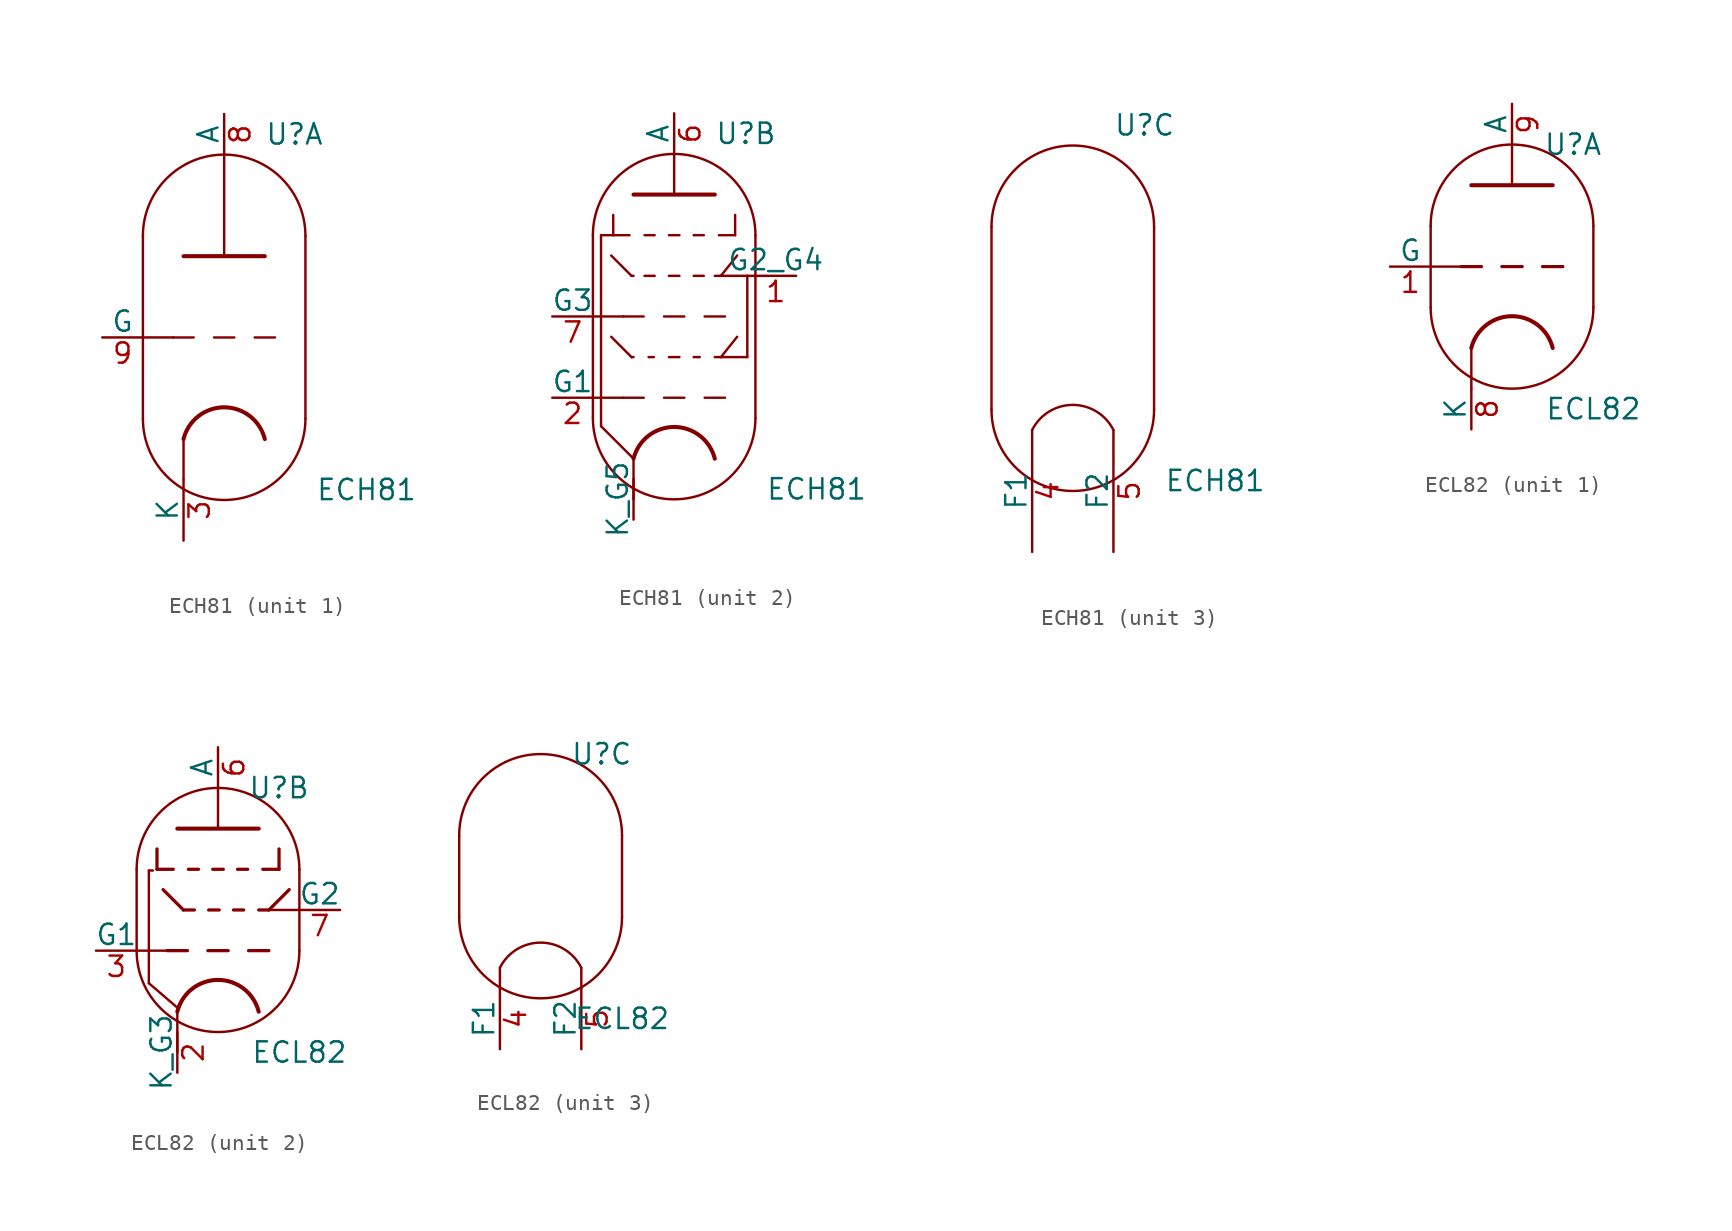
<source format=kicad_sym>
(kicad_symbol_lib
  (version 20201005)
  (generator kicad_symbol_editor)
  (symbol "Valve:ECH81"
    (pin_names
      (offset 0))
    (property "Reference" "U"
      (at 2.54 12.7 0)
      (effects (font (size 1.27 1.27)) (justify left)))
    (property "Value" "ECH81"
      (at 5.715 -9.525 0)
      (effects (font (size 1.27 1.27)) (justify left)))
    (property "ki_locked" ""
      (at 0 0 0)
      (effects (font (size 1.27 1.27))))
    (symbol "ECH81_0_1"
      (arc (start -5.08 -5.08) (end 5.08 -5.08) (radius (at 0 -5.08) (length 5.08) (angles -179.9 -0.1)) (stroke (width 0)) (fill (type none)))
      (arc (start 5.08 6.35) (end -5.08 6.35) (radius (at 0 6.35) (length 5.08) (angles 0.1 179.9)) (stroke (width 0)) (fill (type none)))
      (polyline (pts (xy -5.08 6.35) (xy -5.08 -5.08) (xy -5.08 -5.08)) (stroke (width 0)) (fill (type none)))
      (polyline (pts (xy 5.08 6.35) (xy 5.08 -5.08) (xy 5.08 -5.08)) (stroke (width 0)) (fill (type none))))
    (symbol "ECH81_1_0"
      (polyline (pts (xy -2.54 -6.35) (xy -2.54 -8.89)) (stroke (width 0)) (fill (type none))))
    (symbol "ECH81_1_1"
      (arc (start 2.54 -6.35) (end -2.54 -6.35) (radius (at 0 -6.985) (length 2.6162) (angles 14.2 165.9)) (stroke (width 0.254)) (fill (type none)))
      (polyline (pts (xy -5.08 0) (xy -3.175 0)) (stroke (width 0)) (fill (type none)))
      (polyline (pts (xy -1.905 0) (xy -3.175 0)) (stroke (width 0.152)) (fill (type none)))
      (polyline (pts (xy -0.635 0) (xy 0.635 0)) (stroke (width 0.152)) (fill (type none)))
      (polyline (pts (xy 1.905 0) (xy 3.175 0)) (stroke (width 0.152)) (fill (type none)))
      (polyline (pts (xy -2.54 5.08) (xy 2.54 5.08) (xy 2.54 5.08)) (stroke (width 0.254)) (fill (type none)))
      (polyline (pts (xy 0 5.08) (xy 0 11.43) (xy 0 11.43)) (stroke (width 0)) (fill (type none)))
      (pin bidirectional line (at -2.54 -12.7 90) (length 3.81) (name "K" (effects (font (size 1.27 1.27)))) (number "3" (effects (font (size 1.27 1.27)))))
      (pin output line (at 0 13.97 270) (length 2.54) (name "A" (effects (font (size 1.27 1.27)))) (number "8" (effects (font (size 1.27 1.27)))))
      (pin input line (at -7.62 0 0) (length 2.54) (name "G" (effects (font (size 1.27 1.27)))) (number "9" (effects (font (size 1.27 1.27))))))
    (symbol "ECH81_2_0"
      (polyline (pts (xy -5.08 -3.81) (xy -3.175 -3.81)) (stroke (width 0)) (fill (type none)))
      (polyline (pts (xy -5.08 1.27) (xy -3.175 1.27)) (stroke (width 0)) (fill (type none)))
      (polyline (pts (xy -2.54 -7.62) (xy -2.54 -10.16)) (stroke (width 0)) (fill (type none)))
      (polyline (pts (xy 0 8.89) (xy 0 11.43)) (stroke (width 0)) (fill (type none)))
      (polyline (pts (xy 4.572 3.81) (xy 5.08 3.81)) (stroke (width 0)) (fill (type none))))
    (symbol "ECH81_2_1"
      (arc (start 2.54 -7.62) (end -2.54 -7.62) (radius (at 0 -8.255) (length 2.6162) (angles 14.2 165.9)) (stroke (width 0.254)) (fill (type none)))
      (polyline (pts (xy -4.572 -5.588) (xy -2.54 -7.62)) (stroke (width 0.152)) (fill (type none)))
      (polyline (pts (xy -4.572 6.35) (xy -4.572 -5.588)) (stroke (width 0.152)) (fill (type none)))
      (polyline (pts (xy -3.937 0) (xy -2.667 -1.27)) (stroke (width 0.152)) (fill (type none)))
      (polyline (pts (xy -3.937 5.08) (xy -2.667 3.81)) (stroke (width 0.152)) (fill (type none)))
      (polyline (pts (xy -3.81 6.35) (xy -4.572 6.35)) (stroke (width 0.152)) (fill (type none)))
      (polyline (pts (xy -3.81 6.35) (xy -2.794 6.35)) (stroke (width 0.152)) (fill (type none)))
      (polyline (pts (xy -3.81 7.62) (xy -3.81 6.35)) (stroke (width 0.152)) (fill (type none)))
      (polyline (pts (xy -2.667 -1.27) (xy -2.54 -1.27)) (stroke (width 0.152)) (fill (type none)))
      (polyline (pts (xy -2.667 3.81) (xy -2.54 3.81)) (stroke (width 0.152)) (fill (type none)))
      (polyline (pts (xy -1.905 -3.81) (xy -3.175 -3.81)) (stroke (width 0.152)) (fill (type none)))
      (polyline (pts (xy -1.905 1.27) (xy -3.175 1.27)) (stroke (width 0.152)) (fill (type none)))
      (polyline (pts (xy -1.854 3.81) (xy -1.219 3.81)) (stroke (width 0.152)) (fill (type none)))
      (polyline (pts (xy -1.854 6.35) (xy -1.219 6.35)) (stroke (width 0.152)) (fill (type none)))
      (polyline (pts (xy -1.27 -1.27) (xy -1.6 -1.27)) (stroke (width 0.152)) (fill (type none)))
      (polyline (pts (xy -0.635 -3.81) (xy 0.635 -3.81)) (stroke (width 0.152)) (fill (type none)))
      (polyline (pts (xy -0.635 1.27) (xy 0.635 1.27)) (stroke (width 0.152)) (fill (type none)))
      (polyline (pts (xy -0.33 -1.27) (xy 0.33 -1.27)) (stroke (width 0.152)) (fill (type none)))
      (polyline (pts (xy -0.33 3.81) (xy 0.33 3.81)) (stroke (width 0.152)) (fill (type none)))
      (polyline (pts (xy -0.33 6.35) (xy 0.33 6.35)) (stroke (width 0.152)) (fill (type none)))
      (polyline (pts (xy 1.219 -1.27) (xy 1.6 -1.27)) (stroke (width 0.152)) (fill (type none)))
      (polyline (pts (xy 1.219 3.81) (xy 1.854 3.81)) (stroke (width 0.152)) (fill (type none)))
      (polyline (pts (xy 1.219 6.35) (xy 1.854 6.35)) (stroke (width 0.152)) (fill (type none)))
      (polyline (pts (xy 1.905 -3.81) (xy 3.175 -3.81)) (stroke (width 0.152)) (fill (type none)))
      (polyline (pts (xy 1.905 1.27) (xy 3.175 1.27)) (stroke (width 0.152)) (fill (type none)))
      (polyline (pts (xy 2.54 -1.27) (xy 2.921 -1.27)) (stroke (width 0.152)) (fill (type none)))
      (polyline (pts (xy 2.54 3.81) (xy 2.921 3.81)) (stroke (width 0.152)) (fill (type none)))
      (polyline (pts (xy 2.921 3.81) (xy 4.572 3.81)) (stroke (width 0)) (fill (type none)))
      (polyline (pts (xy 3.81 6.35) (xy 2.794 6.35)) (stroke (width 0.152)) (fill (type none)))
      (polyline (pts (xy 3.81 7.62) (xy 3.81 6.35)) (stroke (width 0.152)) (fill (type none)))
      (polyline (pts (xy 3.937 0) (xy 2.921 -1.27)) (stroke (width 0.152)) (fill (type none)))
      (polyline (pts (xy 3.937 5.08) (xy 2.921 3.81)) (stroke (width 0.152)) (fill (type none)))
      (polyline (pts (xy 4.572 -1.27) (xy 2.921 -1.27)) (stroke (width 0)) (fill (type none)))
      (polyline (pts (xy 4.572 3.81) (xy 4.572 -1.27)) (stroke (width 0)) (fill (type none)))
      (polyline (pts (xy -2.54 8.89) (xy 2.54 8.89) (xy 2.54 8.89) (xy 2.54 8.89)) (stroke (width 0.254)) (fill (type none)))
      (pin input line (at 7.62 3.81 180) (length 2.54) (name "G2_G4" (effects (font (size 1.27 1.27)))) (number "1" (effects (font (size 1.27 1.27)))))
      (pin input line (at -7.62 -3.81 0) (length 2.54) (name "G1" (effects (font (size 1.27 1.27)))) (number "2" (effects (font (size 1.27 1.27)))))
      (pin output line (at 0 13.97 270) (length 2.54) (name "A" (effects (font (size 1.27 1.27)))) (number "6" (effects (font (size 1.27 1.27)))))
      (pin input line (at -7.62 1.27 0) (length 2.54) (name "G3" (effects (font (size 1.27 1.27)))) (number "7" (effects (font (size 1.27 1.27)))))
      (pin bidirectional line (at -2.54 -11.43 90) (length 2.54) (name "K_G5" (effects (font (size 1.27 1.27)))) (number "~" (effects (font (size 1.27 1.27))))))
    (symbol "ECH81_3_1"
      (arc (start 2.54 -6.35) (end -2.54 -6.35) (radius (at 0 -7.62) (length 2.8194) (angles 26.5 153.4)) (stroke (width 0)) (fill (type none)))
      (pin power_in line (at -2.54 -13.97 90) (length 7.62) (name "F1" (effects (font (size 1.27 1.27)))) (number "4" (effects (font (size 1.27 1.27)))))
      (pin power_in line (at 2.54 -13.97 90) (length 7.62) (name "F2" (effects (font (size 1.27 1.27)))) (number "5" (effects (font (size 1.27 1.27)))))))
  (symbol "Valve:ECL82"
    (pin_names
      (offset 0))
    (property "Reference" "U"
      (at 3.81 7.62 0)
      (effects (font (size 1.27 1.27))))
    (property "Value" "ECL82"
      (at 5.08 -8.89 0)
      (effects (font (size 1.27 1.27))))
    (property "ki_locked" ""
      (at 0 0 0)
      (effects (font (size 1.27 1.27))))
    (symbol "ECL82_0_1"
      (arc (start -5.08 -2.54) (end 5.08 -2.54) (radius (at 0 -2.54) (length 5.08) (angles -179.9 -0.1)) (stroke (width 0)) (fill (type none)))
      (arc (start 5.08 2.54) (end -5.08 2.54) (radius (at 0 2.54) (length 5.08) (angles 0.1 179.9)) (stroke (width 0)) (fill (type none)))
      (polyline (pts (xy 5.08 2.54) (xy 5.08 -2.54)) (stroke (width 0)) (fill (type none)))
      (polyline (pts (xy -5.08 2.54) (xy -5.08 -2.54) (xy -5.08 -2.54) (xy -5.08 -2.54)) (stroke (width 0)) (fill (type none))))
    (symbol "ECL82_1_0"
      (polyline (pts (xy -2.54 -5.08) (xy -2.54 -7.62)) (stroke (width 0)) (fill (type none))))
    (symbol "ECL82_1_1"
      (arc (start 2.54 -5.08) (end -2.54 -5.08) (radius (at 0 -5.715) (length 2.6162) (angles 14.2 165.9)) (stroke (width 0.254)) (fill (type none)))
      (polyline (pts (xy -5.08 0) (xy -3.175 0)) (stroke (width 0)) (fill (type none)))
      (polyline (pts (xy -1.905 0) (xy -3.175 0)) (stroke (width 0.203)) (fill (type none)))
      (polyline (pts (xy -0.635 0) (xy 0.635 0)) (stroke (width 0.203)) (fill (type none)))
      (polyline (pts (xy 0 5.08) (xy 0 7.62)) (stroke (width 0)) (fill (type none)))
      (polyline (pts (xy 1.905 0) (xy 3.175 0)) (stroke (width 0.203)) (fill (type none)))
      (polyline (pts (xy -2.54 5.08) (xy 2.54 5.08) (xy 2.54 5.08)) (stroke (width 0.254)) (fill (type none)))
      (pin input line (at -7.62 0 0) (length 2.54) (name "G" (effects (font (size 1.27 1.27)))) (number "1" (effects (font (size 1.27 1.27)))))
      (pin bidirectional line (at -2.54 -10.16 90) (length 2.54) (name "K" (effects (font (size 1.27 1.27)))) (number "8" (effects (font (size 1.27 1.27)))))
      (pin output line (at 0 10.16 270) (length 2.54) (name "A" (effects (font (size 1.27 1.27)))) (number "9" (effects (font (size 1.27 1.27))))))
    (symbol "ECL82_2_0"
      (polyline (pts (xy -2.54 -6.35) (xy -2.54 -8.89)) (stroke (width 0)) (fill (type none)))
      (polyline (pts (xy 0 5.08) (xy 0 7.62)) (stroke (width 0)) (fill (type none)))
      (polyline (pts (xy 2.54 0) (xy 3.175 0)) (stroke (width 0.203)) (fill (type none)))
      (polyline (pts (xy 4.445 1.27) (xy 3.175 0)) (stroke (width 0.203)) (fill (type none))))
    (symbol "ECL82_2_1"
      (arc (start 2.54 -6.35) (end -2.54 -6.35) (radius (at 0 -6.985) (length 2.6162) (angles 14.2 165.9)) (stroke (width 0.254)) (fill (type none)))
      (polyline (pts (xy -5.08 -2.54) (xy -3.175 -2.54)) (stroke (width 0)) (fill (type none)))
      (polyline (pts (xy -4.318 -4.572) (xy -4.318 2.464)) (stroke (width 0.152)) (fill (type none)))
      (polyline (pts (xy -4.318 -4.572) (xy -2.54 -6.096)) (stroke (width 0.152)) (fill (type none)))
      (polyline (pts (xy -4.064 2.464) (xy -4.318 2.464)) (stroke (width 0.152)) (fill (type none)))
      (polyline (pts (xy -3.81 2.54) (xy -2.794 2.54)) (stroke (width 0.203)) (fill (type none)))
      (polyline (pts (xy -3.81 3.81) (xy -3.81 2.54)) (stroke (width 0.203)) (fill (type none)))
      (polyline (pts (xy -3.429 1.27) (xy -2.159 0)) (stroke (width 0.203)) (fill (type none)))
      (polyline (pts (xy -2.159 0) (xy -1.473 0)) (stroke (width 0.203)) (fill (type none)))
      (polyline (pts (xy -1.905 -2.54) (xy -3.175 -2.54)) (stroke (width 0.203)) (fill (type none)))
      (polyline (pts (xy -1.854 2.54) (xy -1.219 2.54)) (stroke (width 0.203)) (fill (type none)))
      (polyline (pts (xy -0.635 -2.54) (xy 0.635 -2.54)) (stroke (width 0.203)) (fill (type none)))
      (polyline (pts (xy -0.584 0) (xy 0.076 0)) (stroke (width 0.203)) (fill (type none)))
      (polyline (pts (xy -0.33 2.54) (xy 0.33 2.54)) (stroke (width 0.203)) (fill (type none)))
      (polyline (pts (xy 0.965 0) (xy 1.6 0)) (stroke (width 0.203)) (fill (type none)))
      (polyline (pts (xy 1.219 2.54) (xy 1.854 2.54)) (stroke (width 0.203)) (fill (type none)))
      (polyline (pts (xy 1.905 -2.54) (xy 3.175 -2.54)) (stroke (width 0.203)) (fill (type none)))
      (polyline (pts (xy 3.175 0) (xy 5.08 0)) (stroke (width 0)) (fill (type none)))
      (polyline (pts (xy 3.81 2.54) (xy 2.794 2.54)) (stroke (width 0.203)) (fill (type none)))
      (polyline (pts (xy 3.81 3.81) (xy 3.81 2.54)) (stroke (width 0.203)) (fill (type none)))
      (polyline (pts (xy -2.54 5.08) (xy 2.54 5.08) (xy 2.54 5.08)) (stroke (width 0.254)) (fill (type none)))
      (pin bidirectional line (at -2.54 -10.16 90) (length 2.54) (name "K_G3" (effects (font (size 1.27 1.27)))) (number "2" (effects (font (size 1.27 1.27)))))
      (pin input line (at -7.62 -2.54 0) (length 2.54) (name "G1" (effects (font (size 1.27 1.27)))) (number "3" (effects (font (size 1.27 1.27)))))
      (pin output line (at 0 10.16 270) (length 2.54) (name "A" (effects (font (size 1.27 1.27)))) (number "6" (effects (font (size 1.27 1.27)))))
      (pin input line (at 7.62 0 180) (length 2.54) (name "G2" (effects (font (size 1.27 1.27)))) (number "7" (effects (font (size 1.27 1.27))))))
    (symbol "ECL82_3_1"
      (arc (start 2.54 -5.715) (end -2.54 -5.715) (radius (at 0 -6.985) (length 2.8194) (angles 26.5 153.4)) (stroke (width 0)) (fill (type none)))
      (polyline (pts (xy -2.54 -6.985) (xy -2.54 -5.715) (xy -2.54 -5.715)) (stroke (width 0)) (fill (type none)))
      (polyline (pts (xy 2.54 -6.985) (xy 2.54 -5.715) (xy 2.54 -5.715) (xy 2.54 -5.715)) (stroke (width 0)) (fill (type none)))
      (pin power_in line (at -2.54 -10.795 90) (length 3.81) (name "F1" (effects (font (size 1.27 1.27)))) (number "4" (effects (font (size 1.27 1.27)))))
      (pin power_in line (at 2.54 -10.795 90) (length 3.81) (name "F2" (effects (font (size 1.27 1.27)))) (number "5" (effects (font (size 1.27 1.27))))))))
</source>
